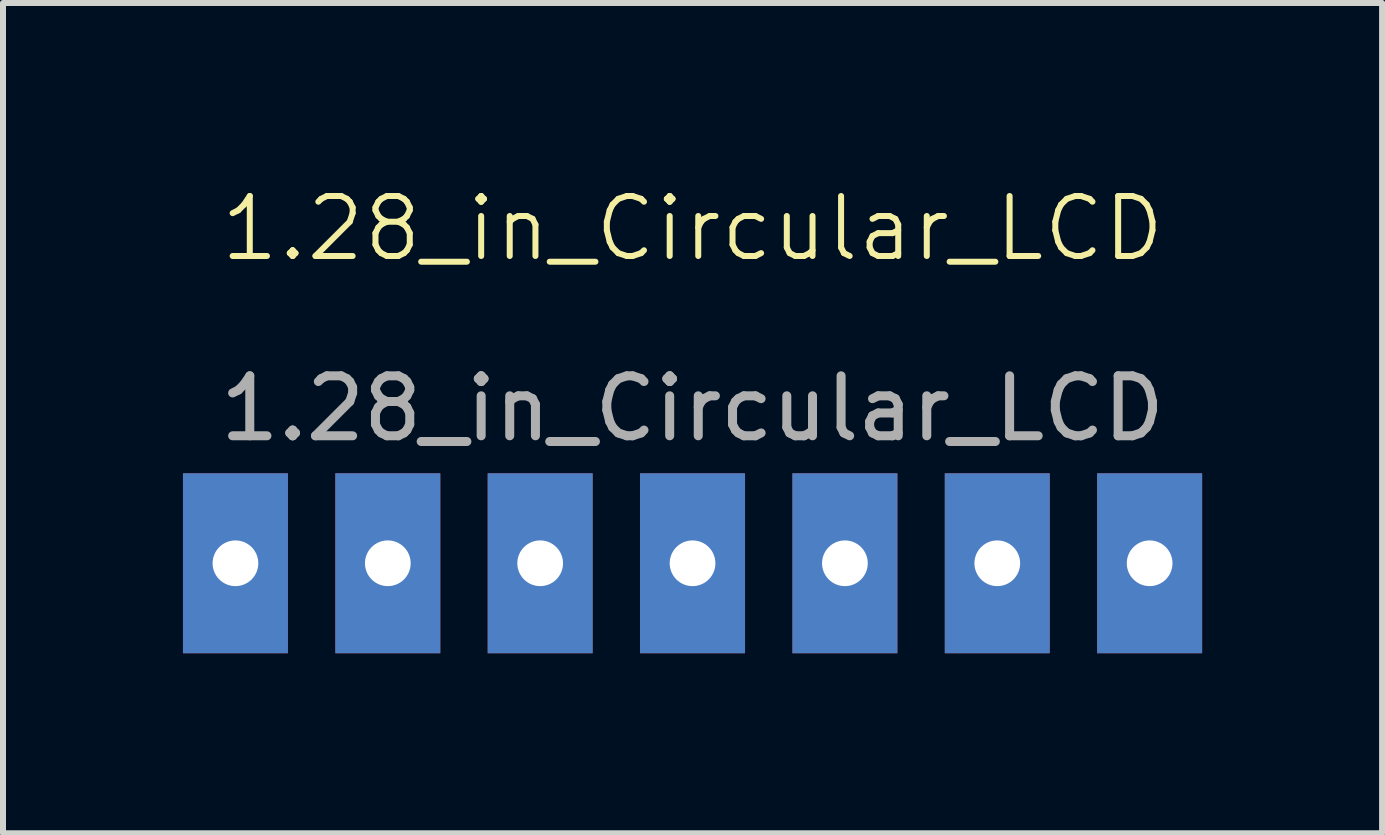
<source format=kicad_pcb>
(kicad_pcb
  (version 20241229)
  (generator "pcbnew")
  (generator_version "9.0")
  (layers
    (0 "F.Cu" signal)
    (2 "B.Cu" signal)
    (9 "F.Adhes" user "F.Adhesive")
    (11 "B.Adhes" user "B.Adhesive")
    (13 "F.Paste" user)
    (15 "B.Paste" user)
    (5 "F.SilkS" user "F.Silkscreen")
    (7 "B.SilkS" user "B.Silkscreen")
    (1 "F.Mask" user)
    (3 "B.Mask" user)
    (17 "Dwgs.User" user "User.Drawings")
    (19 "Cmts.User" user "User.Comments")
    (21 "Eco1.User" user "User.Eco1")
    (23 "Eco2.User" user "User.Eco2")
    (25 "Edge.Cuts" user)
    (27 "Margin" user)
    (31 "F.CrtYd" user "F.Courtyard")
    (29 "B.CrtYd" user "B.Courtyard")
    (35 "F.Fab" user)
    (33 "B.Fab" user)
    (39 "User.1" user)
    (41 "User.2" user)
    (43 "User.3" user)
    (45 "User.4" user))
  (footprint "1.28_in_Circular_LCD"
    (layer "F.Cu")
    (at 8.495 1.26)
    (property "Reference" "1.28_in_Circular_LCD" (at 0 -0.5 0) (unlocked yes) (layer "F.SilkS") (effects (font (size 1 1) (thickness 0.1))))
    (attr through_hole)
    (fp_text user "${REFERENCE}" (at 0 2.5 0) (unlocked yes) (layer "F.Fab") (effects (font (size 1 1) (thickness 0.15))))
    (pad "1" thru_hole rect (at -7.62 5.08) (size 1.75 3) (drill 0.762) (layers "*.Cu" "*.Mask"))
    (pad "2" thru_hole rect (at -5.08 5.08) (size 1.75 3) (drill 0.762) (layers "*.Cu" "*.Mask"))
    (pad "3" thru_hole rect (at -2.54 5.08) (size 1.75 3) (drill 0.762) (layers "*.Cu" "*.Mask"))
    (pad "4" thru_hole rect (at 0 5.08) (size 1.75 3) (drill 0.762) (layers "*.Cu" "*.Mask"))
    (pad "5" thru_hole rect (at 2.54 5.08) (size 1.75 3) (drill 0.762) (layers "*.Cu" "*.Mask"))
    (pad "6" thru_hole rect (at 5.08 5.08) (size 1.75 3) (drill 0.762) (layers "*.Cu" "*.Mask"))
    (pad "7" thru_hole rect (at 7.62 5.08) (size 1.75 3) (drill 0.762) (layers "*.Cu" "*.Mask")))
  (gr_rect
    (start -3 -3)
    (end 19.99 10.841)
    (stroke (width 0.1) (type default))
    (fill no)
    (layer "Edge.Cuts")))
</source>
